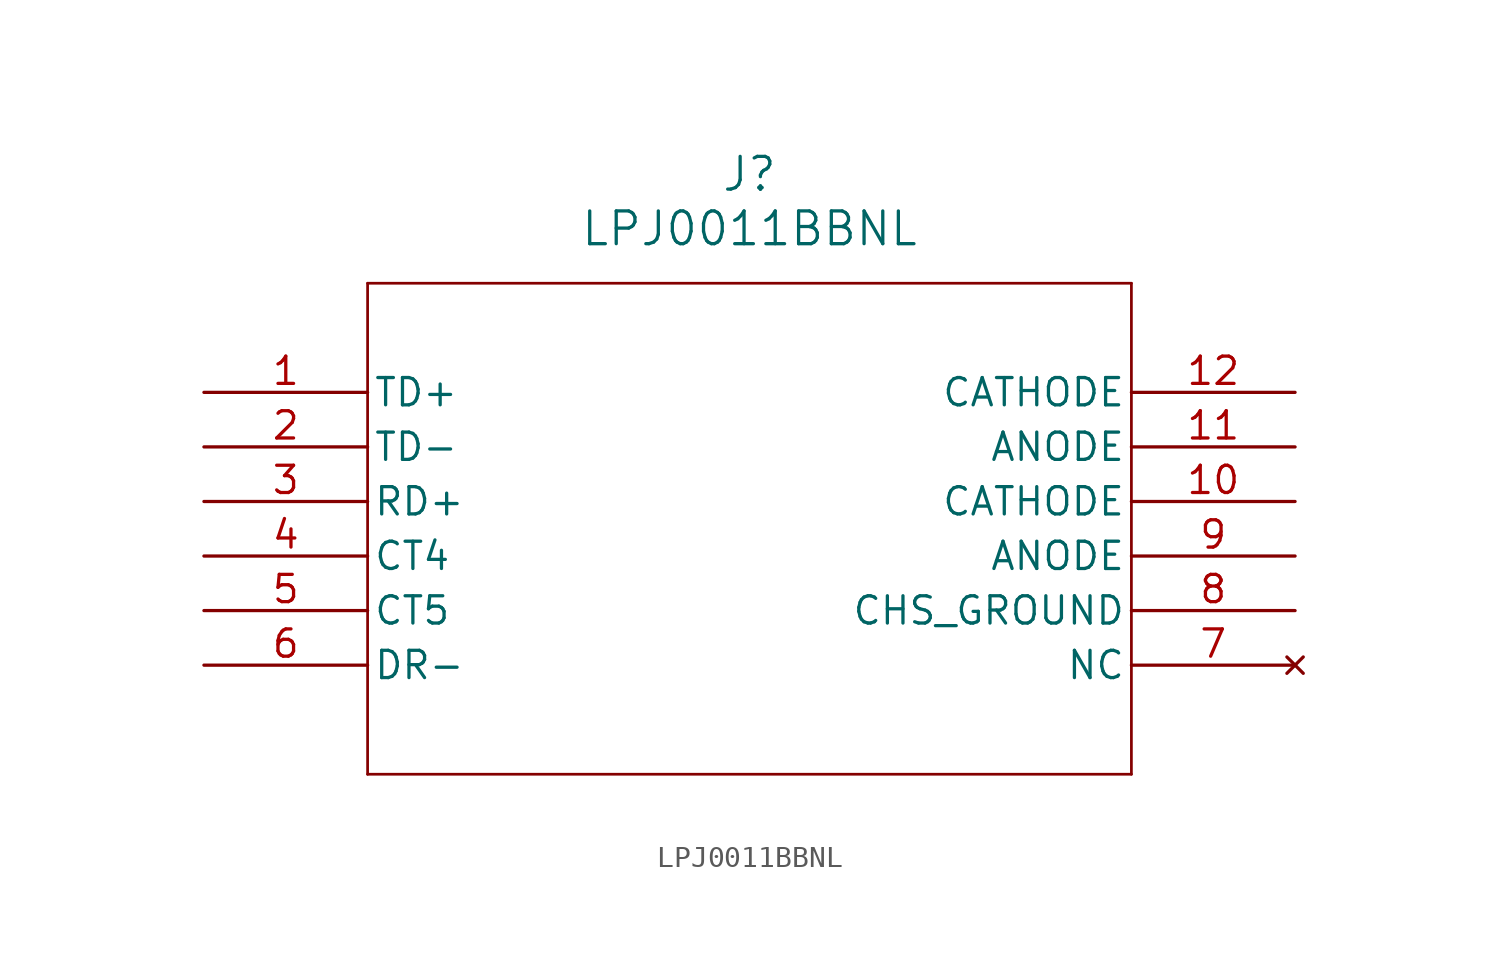
<source format=kicad_sym>
(kicad_symbol_lib
  (version 20211014)
  (generator kicad_symbol_editor)
  (symbol "LPJ0011BBNL"
    (pin_names
      (offset 0.254))
    (property "Reference" "J"
      (at 25.4 10.16 0)
      (effects (font (size 1.524 1.524))))
    (property "Value" "LPJ0011BBNL"
      (at 25.4 7.62 0)
      (effects (font (size 1.524 1.524))))
    (symbol "LPJ0011BBNL_0_1"
      (polyline (pts (xy 7.62 5.08) (xy 7.62 -17.78)) (stroke (width 0.127) (type default) (color 0 0 0 0)) (fill (type none)))
      (polyline (pts (xy 7.62 -17.78) (xy 43.18 -17.78)) (stroke (width 0.127) (type default) (color 0 0 0 0)) (fill (type none)))
      (polyline (pts (xy 43.18 -17.78) (xy 43.18 5.08)) (stroke (width 0.127) (type default) (color 0 0 0 0)) (fill (type none)))
      (polyline (pts (xy 43.18 5.08) (xy 7.62 5.08)) (stroke (width 0.127) (type default) (color 0 0 0 0)) (fill (type none)))
      (pin unspecified line (at 0 0 0) (length 7.62) (name "TD+" (effects (font (size 1.27 1.27)))) (number "1" (effects (font (size 1.27 1.27)))))
      (pin unspecified line (at 0 -2.54 0) (length 7.62) (name "TD-" (effects (font (size 1.27 1.27)))) (number "2" (effects (font (size 1.27 1.27)))))
      (pin unspecified line (at 0 -5.08 0) (length 7.62) (name "RD+" (effects (font (size 1.27 1.27)))) (number "3" (effects (font (size 1.27 1.27)))))
      (pin unspecified line (at 0 -7.62 0) (length 7.62) (name "CT4" (effects (font (size 1.27 1.27)))) (number "4" (effects (font (size 1.27 1.27)))))
      (pin unspecified line (at 0 -10.16 0) (length 7.62) (name "CT5" (effects (font (size 1.27 1.27)))) (number "5" (effects (font (size 1.27 1.27)))))
      (pin unspecified line (at 0 -12.7 0) (length 7.62) (name "DR-" (effects (font (size 1.27 1.27)))) (number "6" (effects (font (size 1.27 1.27)))))
      (pin no_connect line (at 50.8 -12.7 180) (length 7.62) (name "NC" (effects (font (size 1.27 1.27)))) (number "7" (effects (font (size 1.27 1.27)))))
      (pin power_out line (at 50.8 -10.16 180) (length 7.62) (name "CHS_GROUND" (effects (font (size 1.27 1.27)))) (number "8" (effects (font (size 1.27 1.27)))))
      (pin input line (at 50.8 -7.62 180) (length 7.62) (name "ANODE" (effects (font (size 1.27 1.27)))) (number "9" (effects (font (size 1.27 1.27)))))
      (pin output line (at 50.8 -5.08 180) (length 7.62) (name "CATHODE" (effects (font (size 1.27 1.27)))) (number "10" (effects (font (size 1.27 1.27)))))
      (pin input line (at 50.8 -2.54 180) (length 7.62) (name "ANODE" (effects (font (size 1.27 1.27)))) (number "11" (effects (font (size 1.27 1.27)))))
      (pin output line (at 50.8 0 180) (length 7.62) (name "CATHODE" (effects (font (size 1.27 1.27)))) (number "12" (effects (font (size 1.27 1.27))))))))
</source>
